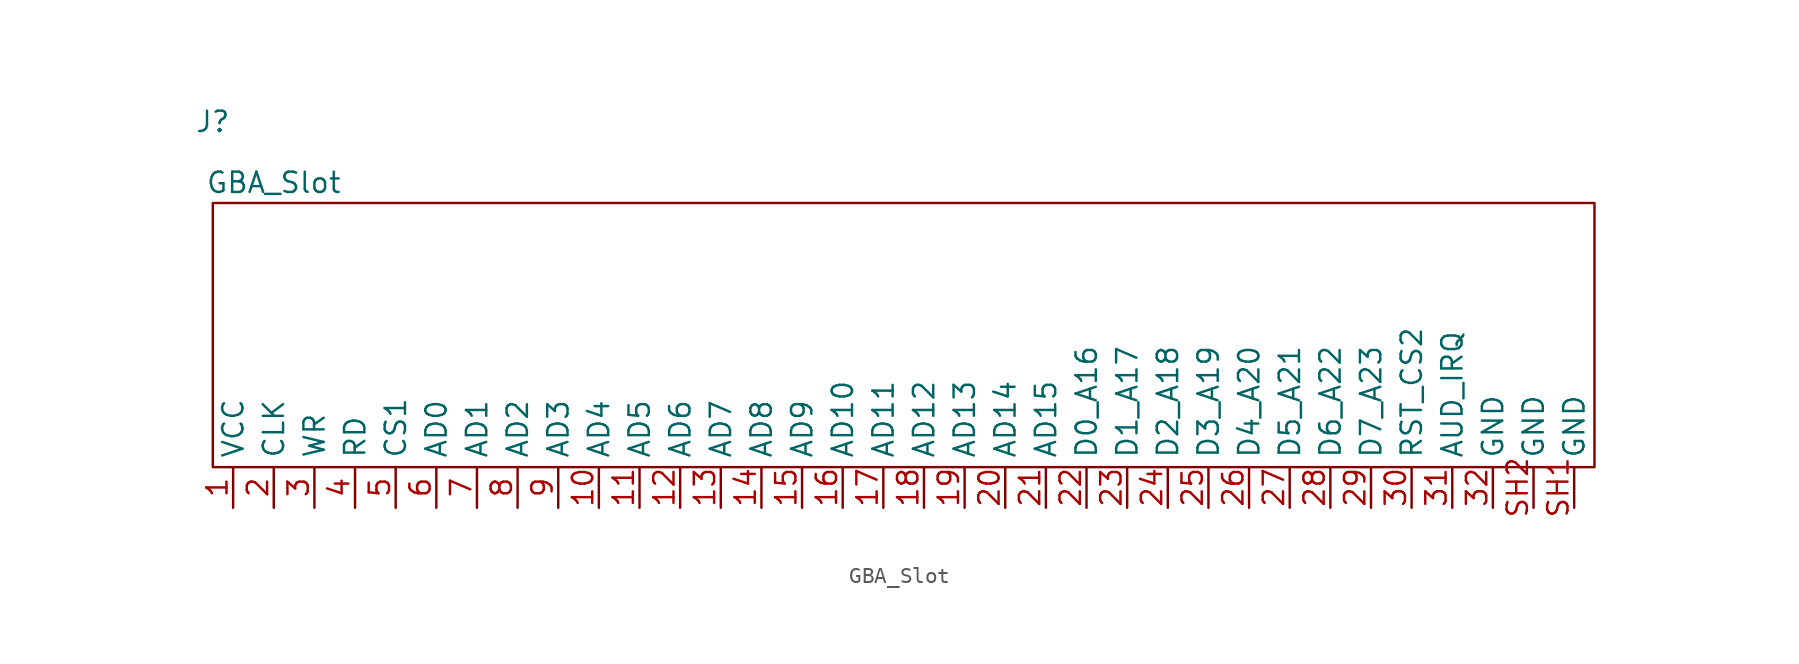
<source format=kicad_sym>
(kicad_symbol_lib
  (version 20231120)
  (generator "kicad_symbol_editor")
  (generator_version "8.0")
  (symbol "GBA_Slot"
    (property "Reference" "J"
      (at -39.37 15.24 0)
      (effects (font (size 1.27 1.27))))
    (property "Value" "GBA_Slot"
      (at -35.56 11.43 0)
      (effects (font (size 1.27 1.27))))
    (symbol "GBA_Slot_0_1"
      (rectangle (start -39.37 10.16) (end 46.99 -6.35) (stroke (width 0.152) (type default)) (fill (type none))))
    (symbol "GBA_Slot_1_0"
      (pin power_in line (at 45.72 -8.89 90) (length 2.54) (name "GND" (effects (font (size 1.27 1.27)))) (number "SH1" (effects (font (size 1.27 1.27)))))
      (pin power_in line (at 43.18 -8.89 90) (length 2.54) (name "GND" (effects (font (size 1.27 1.27)))) (number "SH2" (effects (font (size 1.27 1.27))))))
    (symbol "GBA_Slot_1_1"
      (pin power_in line (at -38.1 -8.89 90) (length 2.54) (name "VCC" (effects (font (size 1.27 1.27)))) (number "1" (effects (font (size 1.27 1.27)))))
      (pin bidirectional line (at -15.24 -8.89 90) (length 2.54) (name "AD4" (effects (font (size 1.27 1.27)))) (number "10" (effects (font (size 1.27 1.27)))))
      (pin bidirectional line (at -12.7 -8.89 90) (length 2.54) (name "AD5" (effects (font (size 1.27 1.27)))) (number "11" (effects (font (size 1.27 1.27)))))
      (pin bidirectional line (at -10.16 -8.89 90) (length 2.54) (name "AD6" (effects (font (size 1.27 1.27)))) (number "12" (effects (font (size 1.27 1.27)))))
      (pin bidirectional line (at -7.62 -8.89 90) (length 2.54) (name "AD7" (effects (font (size 1.27 1.27)))) (number "13" (effects (font (size 1.27 1.27)))))
      (pin bidirectional line (at -5.08 -8.89 90) (length 2.54) (name "AD8" (effects (font (size 1.27 1.27)))) (number "14" (effects (font (size 1.27 1.27)))))
      (pin bidirectional line (at -2.54 -8.89 90) (length 2.54) (name "AD9" (effects (font (size 1.27 1.27)))) (number "15" (effects (font (size 1.27 1.27)))))
      (pin bidirectional line (at 0 -8.89 90) (length 2.54) (name "AD10" (effects (font (size 1.27 1.27)))) (number "16" (effects (font (size 1.27 1.27)))))
      (pin bidirectional line (at 2.54 -8.89 90) (length 2.54) (name "AD11" (effects (font (size 1.27 1.27)))) (number "17" (effects (font (size 1.27 1.27)))))
      (pin bidirectional line (at 5.08 -8.89 90) (length 2.54) (name "AD12" (effects (font (size 1.27 1.27)))) (number "18" (effects (font (size 1.27 1.27)))))
      (pin bidirectional line (at 7.62 -8.89 90) (length 2.54) (name "AD13" (effects (font (size 1.27 1.27)))) (number "19" (effects (font (size 1.27 1.27)))))
      (pin input line (at -35.56 -8.89 90) (length 2.54) (name "CLK" (effects (font (size 1.27 1.27)))) (number "2" (effects (font (size 1.27 1.27)))))
      (pin bidirectional line (at 10.16 -8.89 90) (length 2.54) (name "AD14" (effects (font (size 1.27 1.27)))) (number "20" (effects (font (size 1.27 1.27)))))
      (pin bidirectional line (at 12.7 -8.89 90) (length 2.54) (name "AD15" (effects (font (size 1.27 1.27)))) (number "21" (effects (font (size 1.27 1.27)))))
      (pin bidirectional line (at 15.24 -8.89 90) (length 2.54) (name "D0_A16" (effects (font (size 1.27 1.27)))) (number "22" (effects (font (size 1.27 1.27)))))
      (pin bidirectional line (at 17.78 -8.89 90) (length 2.54) (name "D1_A17" (effects (font (size 1.27 1.27)))) (number "23" (effects (font (size 1.27 1.27)))))
      (pin bidirectional line (at 20.32 -8.89 90) (length 2.54) (name "D2_A18" (effects (font (size 1.27 1.27)))) (number "24" (effects (font (size 1.27 1.27)))))
      (pin bidirectional line (at 22.86 -8.89 90) (length 2.54) (name "D3_A19" (effects (font (size 1.27 1.27)))) (number "25" (effects (font (size 1.27 1.27)))))
      (pin bidirectional line (at 25.4 -8.89 90) (length 2.54) (name "D4_A20" (effects (font (size 1.27 1.27)))) (number "26" (effects (font (size 1.27 1.27)))))
      (pin bidirectional line (at 27.94 -8.89 90) (length 2.54) (name "D5_A21" (effects (font (size 1.27 1.27)))) (number "27" (effects (font (size 1.27 1.27)))))
      (pin bidirectional line (at 30.48 -8.89 90) (length 2.54) (name "D6_A22" (effects (font (size 1.27 1.27)))) (number "28" (effects (font (size 1.27 1.27)))))
      (pin bidirectional line (at 33.02 -8.89 90) (length 2.54) (name "D7_A23" (effects (font (size 1.27 1.27)))) (number "29" (effects (font (size 1.27 1.27)))))
      (pin input line (at -33.02 -8.89 90) (length 2.54) (name "WR" (effects (font (size 1.27 1.27)))) (number "3" (effects (font (size 1.27 1.27)))))
      (pin input line (at 35.56 -8.89 90) (length 2.54) (name "RST_CS2" (effects (font (size 1.27 1.27)))) (number "30" (effects (font (size 1.27 1.27)))))
      (pin input line (at 38.1 -8.89 90) (length 2.54) (name "AUD_IRQ" (effects (font (size 1.27 1.27)))) (number "31" (effects (font (size 1.27 1.27)))))
      (pin power_in line (at 40.64 -8.89 90) (length 2.54) (name "GND" (effects (font (size 1.27 1.27)))) (number "32" (effects (font (size 1.27 1.27)))))
      (pin input line (at -30.48 -8.89 90) (length 2.54) (name "RD" (effects (font (size 1.27 1.27)))) (number "4" (effects (font (size 1.27 1.27)))))
      (pin input line (at -27.94 -8.89 90) (length 2.54) (name "CS1" (effects (font (size 1.27 1.27)))) (number "5" (effects (font (size 1.27 1.27)))))
      (pin bidirectional line (at -25.4 -8.89 90) (length 2.54) (name "AD0" (effects (font (size 1.27 1.27)))) (number "6" (effects (font (size 1.27 1.27)))))
      (pin bidirectional line (at -22.86 -8.89 90) (length 2.54) (name "AD1" (effects (font (size 1.27 1.27)))) (number "7" (effects (font (size 1.27 1.27)))))
      (pin bidirectional line (at -20.32 -8.89 90) (length 2.54) (name "AD2" (effects (font (size 1.27 1.27)))) (number "8" (effects (font (size 1.27 1.27)))))
      (pin bidirectional line (at -17.78 -8.89 90) (length 2.54) (name "AD3" (effects (font (size 1.27 1.27)))) (number "9" (effects (font (size 1.27 1.27))))))))
</source>
